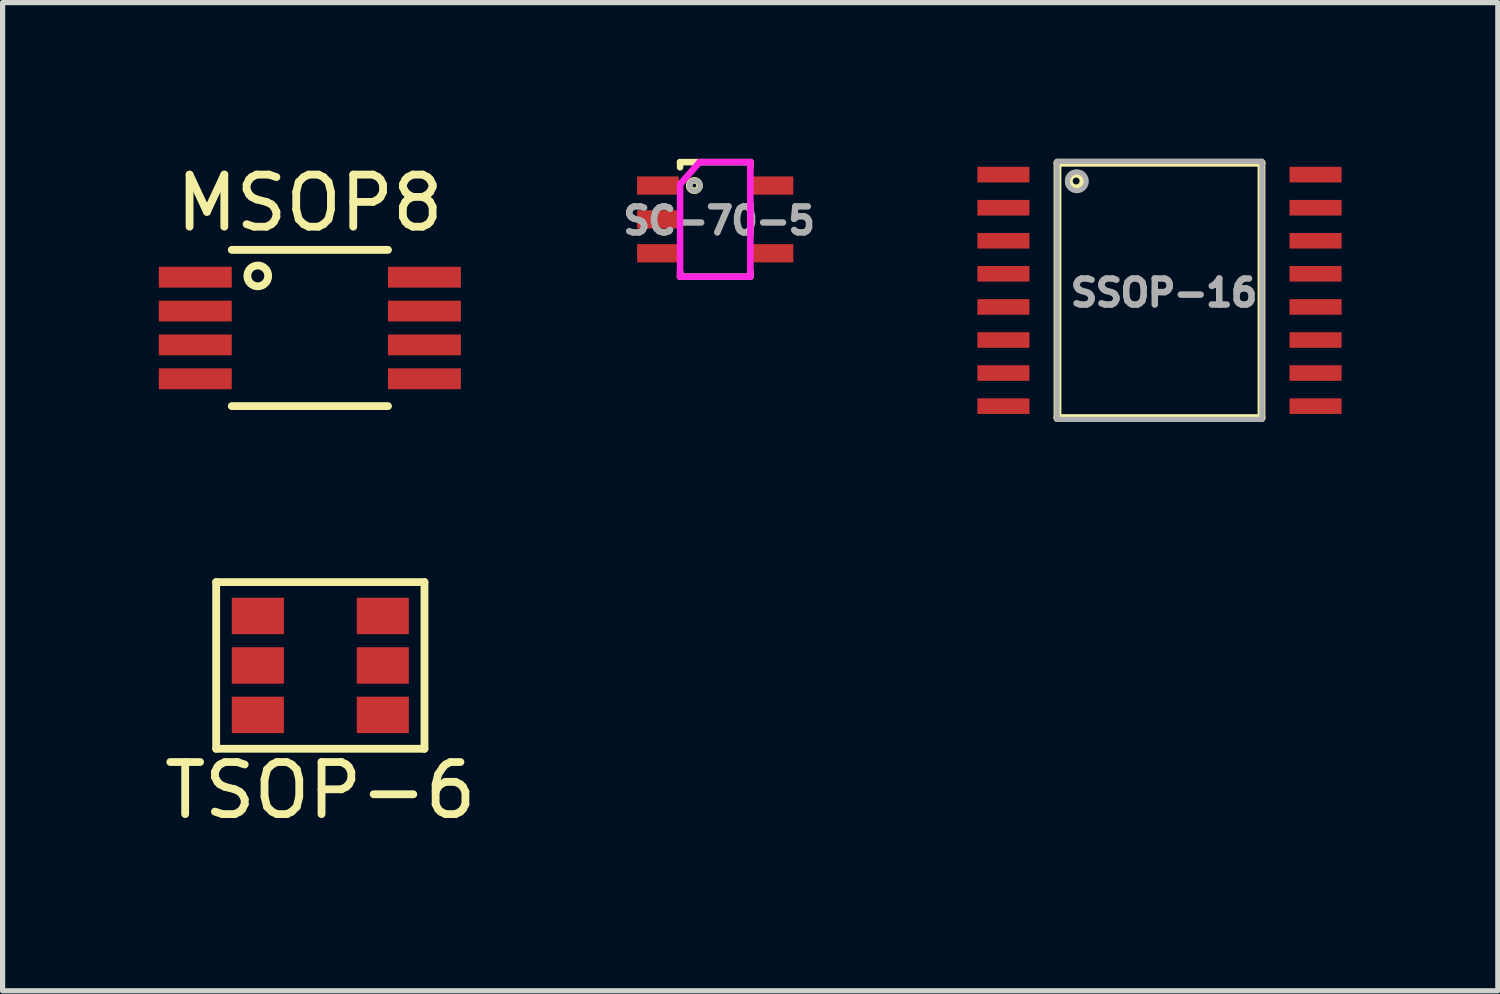
<source format=kicad_pcb>
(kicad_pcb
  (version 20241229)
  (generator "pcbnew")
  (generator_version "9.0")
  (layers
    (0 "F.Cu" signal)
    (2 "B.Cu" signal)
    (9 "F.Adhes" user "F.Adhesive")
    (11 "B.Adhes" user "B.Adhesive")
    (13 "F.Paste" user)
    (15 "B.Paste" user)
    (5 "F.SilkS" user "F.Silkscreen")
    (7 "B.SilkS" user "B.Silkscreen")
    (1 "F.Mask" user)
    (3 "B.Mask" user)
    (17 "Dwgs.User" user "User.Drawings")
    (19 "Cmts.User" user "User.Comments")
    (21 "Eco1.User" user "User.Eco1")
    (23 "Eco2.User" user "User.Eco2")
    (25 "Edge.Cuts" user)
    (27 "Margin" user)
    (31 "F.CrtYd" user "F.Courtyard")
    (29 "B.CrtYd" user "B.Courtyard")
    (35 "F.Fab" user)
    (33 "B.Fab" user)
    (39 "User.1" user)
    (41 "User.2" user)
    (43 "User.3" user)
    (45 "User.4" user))
  (footprint "MSOP8"
    (layer "F.Cu")
    (at 2.9 3.248)
    (property "Reference" "MSOP8" (at 0 -2.4 0) (layer "F.SilkS") (effects (font (size 1 1) (thickness 0.15))))
    (attr through_hole)
    (fp_line (start -1.5 -1.5) (end 1.5 -1.5) (stroke (width 0.15) (type solid)) (layer "F.SilkS"))
    (fp_line (start 1.5 1.5) (end -1.5 1.5) (stroke (width 0.15) (type solid)) (layer "F.SilkS"))
    (fp_circle (center -1 -1) (end -0.8 -1) (stroke (width 0.15) (type solid)) (fill no) (layer "F.SilkS"))
    (pad "1" smd rect (at -2.2 -0.975) (size 1.4 0.4) (layers "F.Cu" "F.Mask" "F.Paste"))
    (pad "2" smd rect (at -2.2 -0.325) (size 1.4 0.4) (layers "F.Cu" "F.Mask" "F.Paste"))
    (pad "3" smd rect (at -2.2 0.325) (size 1.4 0.4) (layers "F.Cu" "F.Mask" "F.Paste"))
    (pad "4" smd rect (at -2.2 0.975) (size 1.4 0.4) (layers "F.Cu" "F.Mask" "F.Paste"))
    (pad "5" smd rect (at 2.2 0.975) (size 1.4 0.4) (layers "F.Cu" "F.Mask" "F.Paste"))
    (pad "6" smd rect (at 2.2 0.325) (size 1.4 0.4) (layers "F.Cu" "F.Mask" "F.Paste"))
    (pad "7" smd rect (at 2.2 -0.325) (size 1.4 0.4) (layers "F.Cu" "F.Mask" "F.Paste"))
    (pad "8" smd rect (at 2.2 -0.975) (size 1.4 0.4) (layers "F.Cu" "F.Mask" "F.Paste")))
  (footprint "SC-70-5"
    (layer "F.Cu")
    (at 10.684 1.163)
    (property "Reference" "SC-70-5" (at 0.075 0.025 0) (layer "F.Fab") (effects (font (size 0.5 0.5) (thickness 0.125))))
    (attr through_hole)
    (fp_line (start -0.675 -1.1) (end 0.675 -1.1) (stroke (width 0.125) (type solid)) (layer "F.SilkS"))
    (fp_line (start -0.675 -1) (end -0.675 -1.1) (stroke (width 0.125) (type solid)) (layer "F.SilkS"))
    (fp_line (start -0.675 1.1) (end -0.675 1) (stroke (width 0.125) (type solid)) (layer "F.SilkS"))
    (fp_line (start 0.675 -1.1) (end 0.675 -1) (stroke (width 0.125) (type solid)) (layer "F.SilkS"))
    (fp_line (start 0.675 -0.3) (end 0.675 0.3) (stroke (width 0.125) (type solid)) (layer "F.SilkS"))
    (fp_line (start 0.675 1) (end 0.675 1.1) (stroke (width 0.125) (type solid)) (layer "F.SilkS"))
    (fp_line (start 0.675 1.1) (end -0.675 1.1) (stroke (width 0.125) (type solid)) (layer "F.SilkS"))
    (fp_circle (center -0.4 -0.65) (end -0.3 -0.65) (stroke (width 0.125) (type solid)) (fill no) (layer "F.SilkS"))
    (fp_line (start -0.675 -0.675) (end -0.675 1.1) (stroke (width 0.125) (type solid)) (layer "F.CrtYd"))
    (fp_line (start -0.675 -0.675) (end -0.3 -1.1) (stroke (width 0.125) (type solid)) (layer "F.CrtYd"))
    (fp_line (start -0.675 1.1) (end 0.675 1.1) (stroke (width 0.125) (type solid)) (layer "F.CrtYd"))
    (fp_line (start 0.675 -1.1) (end -0.3 -1.1) (stroke (width 0.125) (type solid)) (layer "F.CrtYd"))
    (fp_line (start 0.675 1.1) (end 0.675 -1.1) (stroke (width 0.125) (type solid)) (layer "F.CrtYd"))
    (fp_line (start -0.673 -0.673) (end -0.673 1.105) (stroke (width 0.1) (type solid)) (layer "F.Fab"))
    (fp_line (start -0.673 1.105) (end 0.673 1.105) (stroke (width 0.1) (type solid)) (layer "F.Fab"))
    (fp_line (start -0.292 -1.105) (end -0.673 -0.686) (stroke (width 0.1) (type solid)) (layer "F.Fab"))
    (fp_line (start 0.673 -1.105) (end -0.292 -1.105) (stroke (width 0.1) (type solid)) (layer "F.Fab"))
    (fp_line (start 0.673 1.105) (end 0.673 -1.105) (stroke (width 0.1) (type solid)) (layer "F.Fab"))
    (fp_circle (center -0.394 -0.648) (end -0.292 -0.648) (stroke (width 0.1) (type solid)) (fill no) (layer "F.Fab"))
    (pad "1" smd rect (at -1.1 -0.65) (size 0.8 0.35) (layers "F.Cu" "F.Mask" "F.Paste"))
    (pad "2" smd rect (at -1.1 0) (size 0.8 0.35) (layers "F.Cu" "F.Mask" "F.Paste"))
    (pad "3" smd rect (at -1.1 0.65) (size 0.8 0.35) (layers "F.Cu" "F.Mask" "F.Paste"))
    (pad "4" smd rect (at 1.1 0.65) (size 0.8 0.35) (layers "F.Cu" "F.Mask" "F.Paste"))
    (pad "5" smd rect (at 1.1 -0.65) (size 0.8 0.35) (layers "F.Cu" "F.Mask" "F.Paste")))
  (footprint "TSOP-6"
    (layer "F.Cu")
    (at 3.101 9.728)
    (property "Reference" "TSOP-6" (at 0 2.4 0) (layer "F.SilkS") (effects (font (size 1 1) (thickness 0.15))))
    (attr through_hole)
    (fp_line (start -2 -1.6) (end 2 -1.6) (stroke (width 0.15) (type solid)) (layer "F.SilkS"))
    (fp_line (start -2 1.6) (end -2 -1.6) (stroke (width 0.15) (type solid)) (layer "F.SilkS"))
    (fp_line (start 2 -1.6) (end 2 1.6) (stroke (width 0.15) (type solid)) (layer "F.SilkS"))
    (fp_line (start 2 1.6) (end -2 1.6) (stroke (width 0.15) (type solid)) (layer "F.SilkS"))
    (pad "1" smd rect (at -1.2 -0.95) (size 1 0.7) (layers "F.Cu" "F.Mask" "F.Paste"))
    (pad "2" smd rect (at -1.2 0) (size 1 0.7) (layers "F.Cu" "F.Mask" "F.Paste"))
    (pad "3" smd rect (at -1.2 0.95) (size 1 0.7) (layers "F.Cu" "F.Mask" "F.Paste"))
    (pad "4" smd rect (at 1.2 0.95) (size 1 0.7) (layers "F.Cu" "F.Mask" "F.Paste"))
    (pad "5" smd rect (at 1.2 0) (size 1 0.7) (layers "F.Cu" "F.Mask" "F.Paste"))
    (pad "6" smd rect (at 1.2 -0.95) (size 1 0.7) (layers "F.Cu" "F.Mask" "F.Paste")))
  (footprint "SSOP-16"
    (layer "F.Cu")
    (at 19.215 2.526)
    (property "Reference" "SSOP-16" (at 0.088 0.047 180) (layer "F.Fab") (effects (font (size 0.5 0.5) (thickness 0.125))))
    (attr smd)
    (fp_line (start -1.959 -2.451) (end -1.959 2.451) (stroke (width 0.15) (type solid)) (layer "F.SilkS"))
    (fp_line (start -1.959 2.451) (end 1.959 2.451) (stroke (width 0.15) (type solid)) (layer "F.SilkS"))
    (fp_line (start 1.959 -2.451) (end -1.959 -2.451) (stroke (width 0.15) (type solid)) (layer "F.SilkS"))
    (fp_line (start 1.959 2.451) (end 1.959 -2.451) (stroke (width 0.15) (type solid)) (layer "F.SilkS"))
    (fp_circle (center -1.6 -2.1) (end -1.5 -2) (stroke (width 0.15) (type solid)) (fill no) (layer "F.SilkS"))
    (fp_line (start -1.968 -2.477) (end 1.968 -2.477) (stroke (width 0.1) (type solid)) (layer "F.Fab"))
    (fp_line (start -1.968 2.477) (end -1.968 -2.477) (stroke (width 0.1) (type solid)) (layer "F.Fab"))
    (fp_line (start 1.968 -2.477) (end 1.968 2.477) (stroke (width 0.1) (type solid)) (layer "F.Fab"))
    (fp_line (start 1.968 2.477) (end -1.968 2.477) (stroke (width 0.1) (type solid)) (layer "F.Fab"))
    (fp_circle (center -1.587 -2.095) (end -1.46 -1.968) (stroke (width 0.1) (type solid)) (fill no) (layer "F.Fab"))
    (pad "1" smd rect (at -2.997 -2.223) (size 1 0.3) (layers "F.Cu" "F.Mask" "F.Paste"))
    (pad "2" smd rect (at -2.997 -1.587) (size 1 0.3) (layers "F.Cu" "F.Mask" "F.Paste"))
    (pad "3" smd rect (at -2.997 -0.953) (size 1 0.3) (layers "F.Cu" "F.Mask" "F.Paste"))
    (pad "4" smd rect (at -2.997 -0.318) (size 1 0.3) (layers "F.Cu" "F.Mask" "F.Paste"))
    (pad "5" smd rect (at -2.997 0.318) (size 1 0.3) (layers "F.Cu" "F.Mask" "F.Paste"))
    (pad "6" smd rect (at -2.997 0.953) (size 1 0.3) (layers "F.Cu" "F.Mask" "F.Paste"))
    (pad "7" smd rect (at -2.997 1.587) (size 1 0.3) (layers "F.Cu" "F.Mask" "F.Paste"))
    (pad "8" smd rect (at -2.997 2.223) (size 1 0.3) (layers "F.Cu" "F.Mask" "F.Paste"))
    (pad "9" smd rect (at 2.997 2.223) (size 1 0.3) (layers "F.Cu" "F.Mask" "F.Paste"))
    (pad "10" smd rect (at 2.997 1.587) (size 1 0.3) (layers "F.Cu" "F.Mask" "F.Paste"))
    (pad "11" smd rect (at 2.997 0.953) (size 1 0.3) (layers "F.Cu" "F.Mask" "F.Paste"))
    (pad "12" smd rect (at 2.997 0.318) (size 1 0.3) (layers "F.Cu" "F.Mask" "F.Paste"))
    (pad "13" smd rect (at 2.997 -0.318) (size 1 0.3) (layers "F.Cu" "F.Mask" "F.Paste"))
    (pad "14" smd rect (at 2.997 -0.953) (size 1 0.3) (layers "F.Cu" "F.Mask" "F.Paste"))
    (pad "15" smd rect (at 2.997 -1.587) (size 1 0.3) (layers "F.Cu" "F.Mask" "F.Paste"))
    (pad "16" smd rect (at 2.997 -2.223) (size 1 0.3) (layers "F.Cu" "F.Mask" "F.Paste")))
  (gr_rect
    (start -3 -3)
    (end 25.712 15.976)
    (stroke (width 0.1) (type default))
    (fill no)
    (layer "Edge.Cuts")))
</source>
